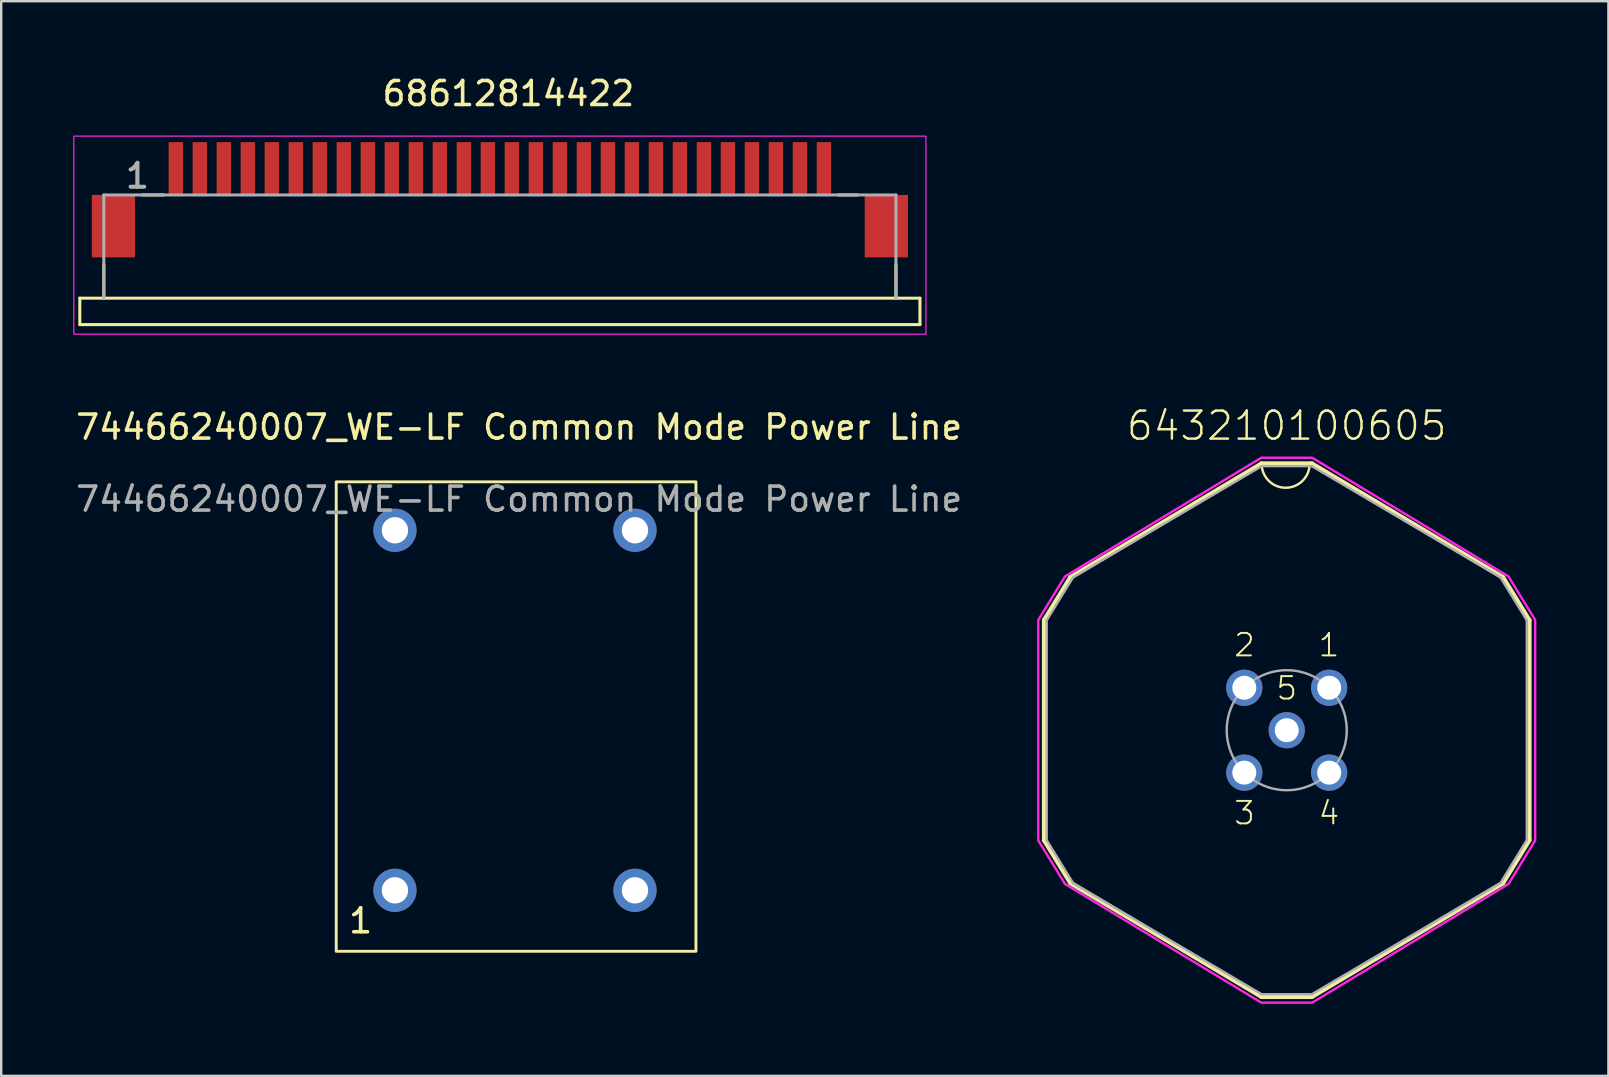
<source format=kicad_pcb>
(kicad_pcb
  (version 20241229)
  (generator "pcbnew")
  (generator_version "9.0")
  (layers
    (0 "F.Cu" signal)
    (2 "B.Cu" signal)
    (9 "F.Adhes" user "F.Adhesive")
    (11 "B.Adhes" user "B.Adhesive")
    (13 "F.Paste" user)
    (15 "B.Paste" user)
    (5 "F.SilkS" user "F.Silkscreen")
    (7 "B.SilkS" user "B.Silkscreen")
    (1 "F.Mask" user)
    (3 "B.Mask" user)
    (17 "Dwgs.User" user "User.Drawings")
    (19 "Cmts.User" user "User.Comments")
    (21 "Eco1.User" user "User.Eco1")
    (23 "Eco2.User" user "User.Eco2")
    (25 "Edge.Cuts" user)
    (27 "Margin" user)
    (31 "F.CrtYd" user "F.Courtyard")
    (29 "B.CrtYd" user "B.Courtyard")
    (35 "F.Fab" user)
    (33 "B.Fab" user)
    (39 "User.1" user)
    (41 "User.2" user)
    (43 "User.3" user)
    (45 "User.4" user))
  (footprint "74466240007_WE-LF Common Mode Power Line"
    (layer "F.Cu")
    (at 18.577 15.245)
    (property "Reference" "74466240007_WE-LF Common Mode Power Line" (at 0 -0.5 0) (unlocked yes) (layer "F.SilkS") (effects (font (size 1 1) (thickness 0.15))))
    (attr through_hole)
    (fp_rect (start -7.62 1.778) (end 7.366 21.336) (stroke (width 0.12) (type solid)) (fill no) (layer "F.SilkS"))
    (fp_text user "1" (at -6.604 20.066 0) (unlocked yes) (layer "F.SilkS") (effects (font (size 1 1) (thickness 0.15))))
    (fp_text user "${REFERENCE}" (at 0 2.5 0) (unlocked yes) (layer "F.Fab") (effects (font (size 1 1) (thickness 0.15))))
    (pad "1" thru_hole circle (at -5.174 18.796) (size 1.8 1.8) (drill 1.1) (layers "*.Cu" "*.Mask"))
    (pad "2" thru_hole circle (at 4.826 18.796) (size 1.8 1.8) (drill 1.1) (layers "*.Cu" "*.Mask"))
    (pad "3" thru_hole circle (at 4.826 3.796) (size 1.8 1.8) (drill 1.1) (layers "*.Cu" "*.Mask"))
    (pad "4" thru_hole circle (at -5.174 3.796) (size 1.8 1.8) (drill 1.1) (layers "*.Cu" "*.Mask")))
  (footprint "68612814422"
    (layer "F.Cu")
    (at 17.775 6.372)
    (property "Reference" "68612814422" (at 0.353 -5.524 0) (layer "F.SilkS") (effects (font (size 1 1) (thickness 0.15))))
    (attr through_hole)
    (fp_line (start -17.5 3) (end -16.5 3) (stroke (width 0.127) (type solid)) (layer "F.SilkS"))
    (fp_line (start -17.5 4.1) (end -17.5 3) (stroke (width 0.127) (type solid)) (layer "F.SilkS"))
    (fp_line (start -16.5 1.6) (end -16.5 3) (stroke (width 0.127) (type solid)) (layer "F.SilkS"))
    (fp_line (start -16.5 3) (end 16.5 3) (stroke (width 0.127) (type solid)) (layer "F.SilkS"))
    (fp_line (start -14.9 -1.3) (end -14 -1.3) (stroke (width 0.127) (type solid)) (layer "F.SilkS"))
    (fp_line (start 14.1 -1.3) (end 14.9 -1.3) (stroke (width 0.127) (type solid)) (layer "F.SilkS"))
    (fp_line (start 16.5 1.6) (end 16.5 3) (stroke (width 0.127) (type solid)) (layer "F.SilkS"))
    (fp_line (start 16.5 3) (end 17.5 3) (stroke (width 0.127) (type solid)) (layer "F.SilkS"))
    (fp_line (start 17.5 3) (end 17.5 4.1) (stroke (width 0.127) (type solid)) (layer "F.SilkS"))
    (fp_line (start 17.5 4.1) (end -17.5 4.1) (stroke (width 0.127) (type solid)) (layer "F.SilkS"))
    (fp_rect (start 17.75 -3.75) (end -17.75 4.5) (stroke (width 0.05) (type solid)) (fill no) (layer "F.CrtYd"))
    (fp_line (start -16.5 -1.3) (end 16.5 -1.3) (stroke (width 0.127) (type solid)) (layer "F.Fab"))
    (fp_line (start -16.5 3) (end -16.5 -1.3) (stroke (width 0.127) (type solid)) (layer "F.Fab"))
    (fp_line (start 16.5 -1.3) (end 16.5 3) (stroke (width 0.127) (type solid)) (layer "F.Fab"))
    (fp_text user "1" (at -15.1 -2.1 0) (layer "F.SilkS") (effects (font (size 1 1) (thickness 0.15))))
    (fp_text user "1" (at -15.1 -2.1 0) (layer "F.Fab") (effects (font (size 1 1) (thickness 0.15))))
    (pad "1" smd rect (at -13.5 -2.4) (size 0.6 2.2) (layers "F.Cu" "F.Mask" "F.Paste"))
    (pad "2" smd rect (at -12.5 -2.4) (size 0.6 2.2) (layers "F.Cu" "F.Mask" "F.Paste"))
    (pad "3" smd rect (at -11.5 -2.4) (size 0.6 2.2) (layers "F.Cu" "F.Mask" "F.Paste"))
    (pad "4" smd rect (at -10.5 -2.4) (size 0.6 2.2) (layers "F.Cu" "F.Mask" "F.Paste"))
    (pad "5" smd rect (at -9.5 -2.4) (size 0.6 2.2) (layers "F.Cu" "F.Mask" "F.Paste"))
    (pad "6" smd rect (at -8.5 -2.4) (size 0.6 2.2) (layers "F.Cu" "F.Mask" "F.Paste"))
    (pad "7" smd rect (at -7.5 -2.4) (size 0.6 2.2) (layers "F.Cu" "F.Mask" "F.Paste"))
    (pad "8" smd rect (at -6.5 -2.4) (size 0.6 2.2) (layers "F.Cu" "F.Mask" "F.Paste"))
    (pad "9" smd rect (at -5.5 -2.4) (size 0.6 2.2) (layers "F.Cu" "F.Mask" "F.Paste"))
    (pad "10" smd rect (at -4.5 -2.4) (size 0.6 2.2) (layers "F.Cu" "F.Mask" "F.Paste"))
    (pad "11" smd rect (at -3.5 -2.4) (size 0.6 2.2) (layers "F.Cu" "F.Mask" "F.Paste"))
    (pad "12" smd rect (at -2.5 -2.4) (size 0.6 2.2) (layers "F.Cu" "F.Mask" "F.Paste"))
    (pad "13" smd rect (at -1.5 -2.4) (size 0.6 2.2) (layers "F.Cu" "F.Mask" "F.Paste"))
    (pad "14" smd rect (at -0.5 -2.4) (size 0.6 2.2) (layers "F.Cu" "F.Mask" "F.Paste"))
    (pad "15" smd rect (at 0.5 -2.4) (size 0.6 2.2) (layers "F.Cu" "F.Mask" "F.Paste"))
    (pad "16" smd rect (at 1.5 -2.4) (size 0.6 2.2) (layers "F.Cu" "F.Mask" "F.Paste"))
    (pad "17" smd rect (at 2.5 -2.4) (size 0.6 2.2) (layers "F.Cu" "F.Mask" "F.Paste"))
    (pad "18" smd rect (at 3.5 -2.4) (size 0.6 2.2) (layers "F.Cu" "F.Mask" "F.Paste"))
    (pad "19" smd rect (at 4.5 -2.4) (size 0.6 2.2) (layers "F.Cu" "F.Mask" "F.Paste"))
    (pad "20" smd rect (at 5.5 -2.4) (size 0.6 2.2) (layers "F.Cu" "F.Mask" "F.Paste"))
    (pad "21" smd rect (at 6.5 -2.4) (size 0.6 2.2) (layers "F.Cu" "F.Mask" "F.Paste"))
    (pad "22" smd rect (at 7.5 -2.4) (size 0.6 2.2) (layers "F.Cu" "F.Mask" "F.Paste"))
    (pad "23" smd rect (at 8.5 -2.4) (size 0.6 2.2) (layers "F.Cu" "F.Mask" "F.Paste"))
    (pad "24" smd rect (at 9.5 -2.4) (size 0.6 2.2) (layers "F.Cu" "F.Mask" "F.Paste"))
    (pad "25" smd rect (at 10.5 -2.4) (size 0.6 2.2) (layers "F.Cu" "F.Mask" "F.Paste"))
    (pad "26" smd rect (at 11.5 -2.4) (size 0.6 2.2) (layers "F.Cu" "F.Mask" "F.Paste"))
    (pad "27" smd rect (at 12.5 -2.4) (size 0.6 2.2) (layers "F.Cu" "F.Mask" "F.Paste"))
    (pad "28" smd rect (at 13.5 -2.4) (size 0.6 2.2) (layers "F.Cu" "F.Mask" "F.Paste"))
    (pad "Z1" smd rect (at -16.1 0) (size 1.8 2.6) (layers "F.Cu" "F.Mask" "F.Paste"))
    (pad "Z2" smd rect (at 16.1 0) (size 1.8 2.6) (layers "F.Cu" "F.Mask" "F.Paste")))
  (footprint "643210100605"
    (layer "F.Cu")
    (at 50.555 27.37)
    (property "Reference" "643210100605" (at 0 -12 0) (layer "F.SilkS") (effects (font (size 1.168 1.168) (thickness 0.102)) (justify bottom)))
    (fp_line (start -10.1 -4.58) (end -10.1 4.58) (stroke (width 0.2) (type solid)) (layer "F.SilkS"))
    (fp_line (start -10.1 -4.58) (end -9 -6.37) (stroke (width 0.2) (type solid)) (layer "F.SilkS"))
    (fp_line (start -10.1 4.58) (end -9 6.37) (stroke (width 0.2) (type solid)) (layer "F.SilkS"))
    (fp_line (start -1.045 -11.1) (end -9 -6.37) (stroke (width 0.2) (type solid)) (layer "F.SilkS"))
    (fp_line (start -1.045 -11.1) (end 1.045 -11.1) (stroke (width 0.2) (type solid)) (layer "F.SilkS"))
    (fp_line (start -1.045 11.1) (end -9 6.37) (stroke (width 0.2) (type solid)) (layer "F.SilkS"))
    (fp_line (start 1.045 -11.1) (end 9 -6.37) (stroke (width 0.2) (type solid)) (layer "F.SilkS"))
    (fp_line (start 1.045 11.1) (end -1.045 11.1) (stroke (width 0.2) (type solid)) (layer "F.SilkS"))
    (fp_line (start 1.045 11.1) (end 9 6.37) (stroke (width 0.2) (type solid)) (layer "F.SilkS"))
    (fp_line (start 10.1 -4.58) (end 9 -6.37) (stroke (width 0.2) (type solid)) (layer "F.SilkS"))
    (fp_line (start 10.1 -4.58) (end 10.1 4.58) (stroke (width 0.2) (type solid)) (layer "F.SilkS"))
    (fp_line (start 10.1 4.58) (end 9 6.37) (stroke (width 0.2) (type solid)) (layer "F.SilkS"))
    (fp_arc (start 0.955 -11.1) (mid -0.045 -10.1) (end -1.045 -11.1) (stroke (width 0.1) (type default)) (layer "F.SilkS"))
    (fp_poly (pts (xy 9.236 -6.407) (xy 10.35 -4.594) (xy 10.35 4.594) (xy 9.236 6.407) (xy 1.059 11.35) (xy -1.059 11.35) (xy -9.236 6.407) (xy -10.35 4.594) (xy -10.35 -4.594) (xy -9.236 -6.407) (xy -1.059 -11.35) (xy 1.059 -11.35)) (stroke (width 0.1) (type solid)) (fill no) (layer "F.CrtYd"))
    (fp_line (start -10 -4.58) (end -10 4.58) (stroke (width 0.1) (type solid)) (layer "F.Fab"))
    (fp_line (start -10 -4.58) (end -8.9 -6.37) (stroke (width 0.1) (type solid)) (layer "F.Fab"))
    (fp_line (start -10 4.58) (end -8.9 6.37) (stroke (width 0.1) (type solid)) (layer "F.Fab"))
    (fp_line (start -1.045 -11) (end -8.9 -6.37) (stroke (width 0.1) (type solid)) (layer "F.Fab"))
    (fp_line (start -1.045 -11) (end 1.045 -11) (stroke (width 0.1) (type solid)) (layer "F.Fab"))
    (fp_line (start -1.045 11) (end -8.9 6.37) (stroke (width 0.1) (type solid)) (layer "F.Fab"))
    (fp_line (start 1.045 -11) (end 8.9 -6.37) (stroke (width 0.1) (type solid)) (layer "F.Fab"))
    (fp_line (start 1.045 11) (end -1.045 11) (stroke (width 0.1) (type solid)) (layer "F.Fab"))
    (fp_line (start 1.045 11) (end 8.9 6.37) (stroke (width 0.1) (type solid)) (layer "F.Fab"))
    (fp_line (start 10 -4.58) (end 8.9 -6.37) (stroke (width 0.1) (type solid)) (layer "F.Fab"))
    (fp_line (start 10 -4.58) (end 10 4.58) (stroke (width 0.1) (type solid)) (layer "F.Fab"))
    (fp_line (start 10 4.58) (end 8.9 6.37) (stroke (width 0.1) (type solid)) (layer "F.Fab"))
    (fp_circle (center 0 0) (end 2.5 0) (stroke (width 0.1) (type solid)) (fill no) (layer "F.Fab"))
    (fp_text user "5" (at 0 -1.2 0) (layer "F.SilkS") (effects (font (size 0.935 0.935) (thickness 0.081)) (justify bottom)))
    (fp_text user "1" (at 1.76 -3 0) (layer "F.SilkS") (effects (font (size 0.935 0.935) (thickness 0.081)) (justify bottom)))
    (fp_text user "2" (at -1.76 -3 0) (layer "F.SilkS") (effects (font (size 0.935 0.935) (thickness 0.081)) (justify bottom)))
    (fp_text user "3" (at -1.76 4 0) (layer "F.SilkS") (effects (font (size 0.935 0.935) (thickness 0.081)) (justify bottom)))
    (fp_text user "4" (at 1.76 4 0) (layer "F.SilkS") (effects (font (size 0.935 0.935) (thickness 0.081)) (justify bottom)))
    (pad "1" thru_hole circle (at 1.768 -1.768) (size 1.508 1.508) (drill 1) (layers "*.Cu" "*.Mask"))
    (pad "2" thru_hole circle (at -1.768 -1.768) (size 1.508 1.508) (drill 1) (layers "*.Cu" "*.Mask"))
    (pad "3" thru_hole circle (at -1.768 1.768) (size 1.508 1.508) (drill 1) (layers "*.Cu" "*.Mask"))
    (pad "4" thru_hole circle (at 1.768 1.768) (size 1.508 1.508) (drill 1) (layers "*.Cu" "*.Mask"))
    (pad "5" thru_hole circle (at 0 0) (size 1.508 1.508) (drill 1) (layers "*.Cu" "*.Mask")))
  (gr_rect
    (start -3 -3)
    (end 63.955 41.77)
    (stroke (width 0.1) (type default))
    (fill no)
    (layer "Edge.Cuts")))
</source>
